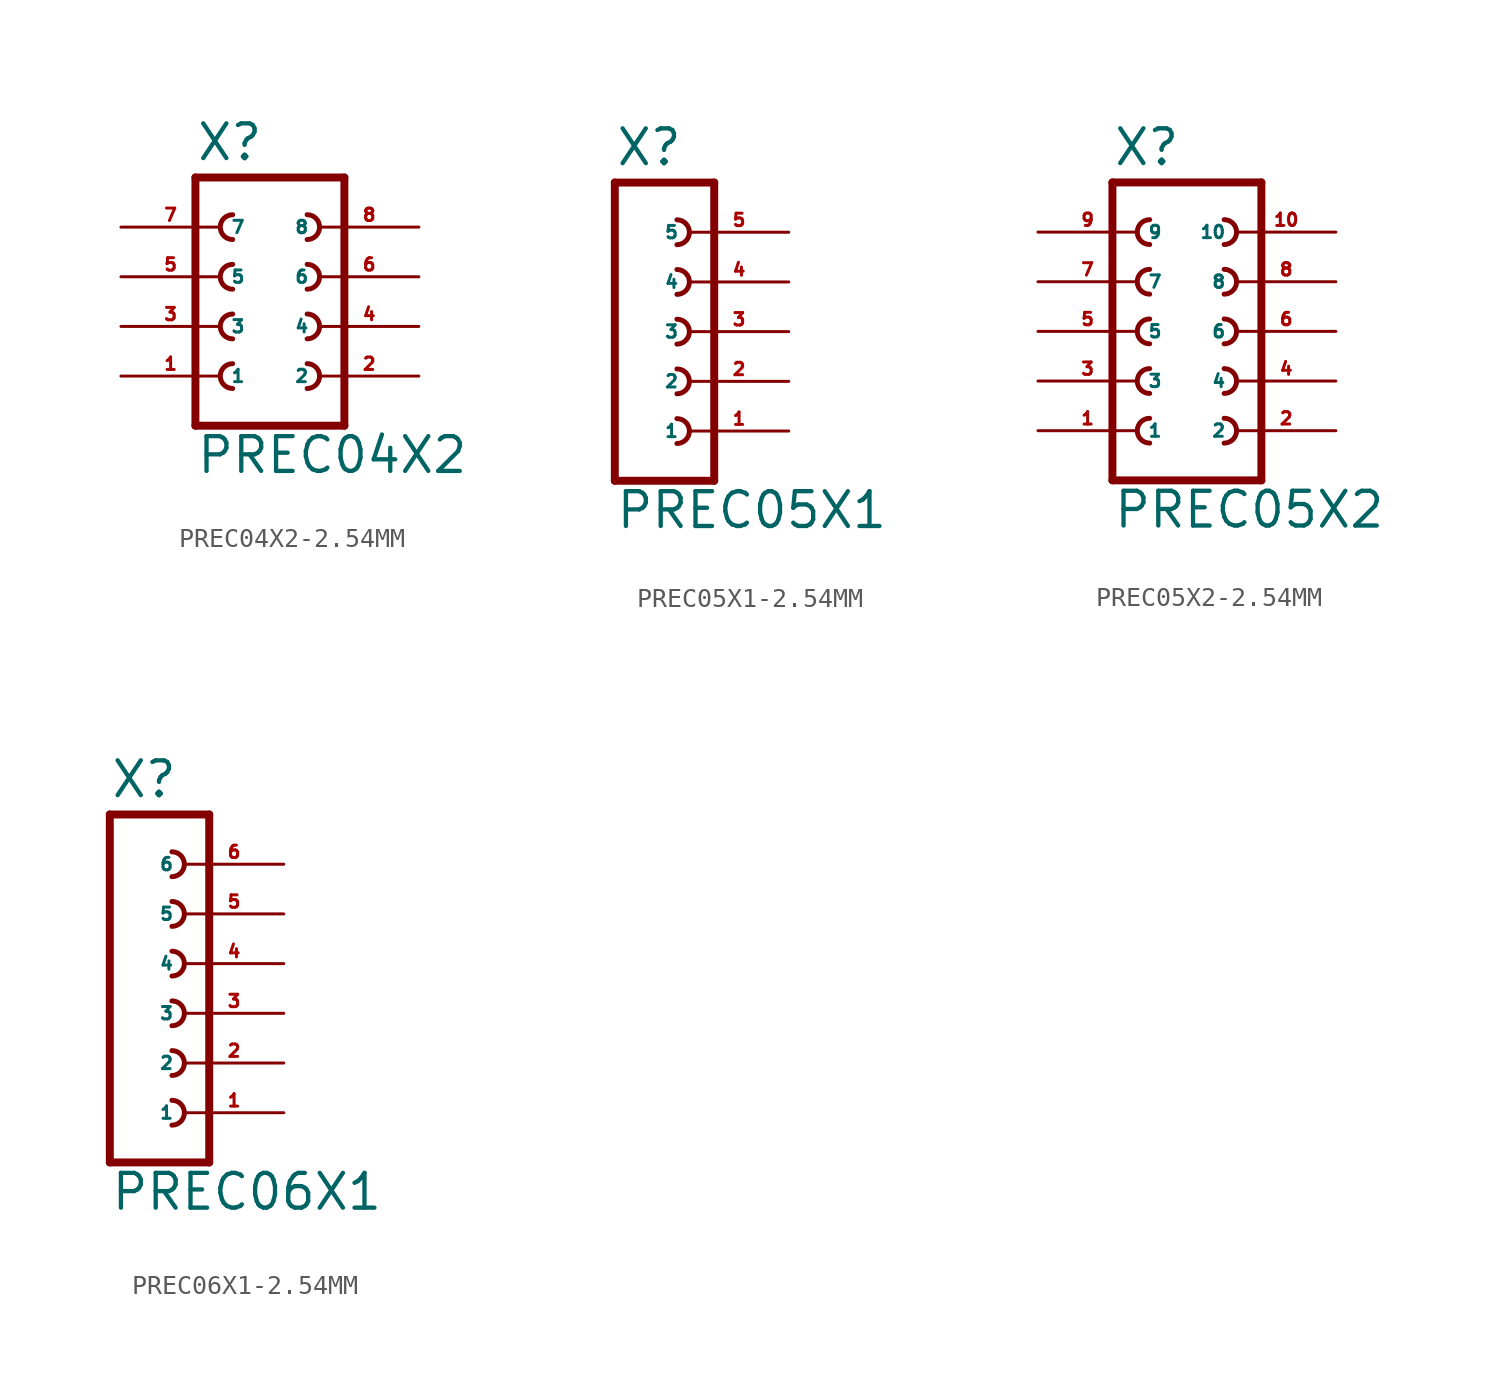
<source format=kicad_sym>
(kicad_symbol_lib
  (version 20220914)
  (generator Eagle2Kicad)
  (symbol "PREC04X2-2.54MM"
    (property "Reference" "X"
      (at -3.81 8.382 0)
      (effects (font (size 1.778 1.778) (thickness 0.22)) (justify left bottom)))
    (property "Value" "PREC04X2"
      (at -3.81 -7.62 0)
      (effects (font (size 1.778 1.778) (thickness 0.22)) (justify left bottom)))
    (polyline
      (pts (xy 3.81 -5.08) (xy -3.81 -5.08))
      (stroke (width 0.406) (type default))
      (fill (type none)))
    (arc
      (start -1.905 0.635)
      (mid -2.540 0.000)
      (end -1.905 -0.635)
      (stroke (width 0.254) (type default))
      (fill (type none)))
    (arc
      (start -1.905 -1.905)
      (mid -2.540 -2.540)
      (end -1.905 -3.175)
      (stroke (width 0.254) (type default))
      (fill (type none)))
    (arc
      (start 1.905 -0.635)
      (mid 2.540 0.000)
      (end 1.905 0.635)
      (stroke (width 0.254) (type default))
      (fill (type none)))
    (arc
      (start 1.905 -3.175)
      (mid 2.540 -2.540)
      (end 1.905 -1.905)
      (stroke (width 0.254) (type default))
      (fill (type none)))
    (arc
      (start -1.905 5.715)
      (mid -2.540 5.080)
      (end -1.905 4.445)
      (stroke (width 0.254) (type default))
      (fill (type none)))
    (arc
      (start -1.905 3.175)
      (mid -2.540 2.540)
      (end -1.905 1.905)
      (stroke (width 0.254) (type default))
      (fill (type none)))
    (arc
      (start 1.905 4.445)
      (mid 2.540 5.080)
      (end 1.905 5.715)
      (stroke (width 0.254) (type default))
      (fill (type none)))
    (arc
      (start 1.905 1.905)
      (mid 2.540 2.540)
      (end 1.905 3.175)
      (stroke (width 0.254) (type default))
      (fill (type none)))
    (polyline
      (pts (xy -3.81 7.62) (xy -3.81 -5.08))
      (stroke (width 0.406) (type default))
      (fill (type none)))
    (polyline
      (pts (xy 3.81 -5.08) (xy 3.81 7.62))
      (stroke (width 0.406) (type default))
      (fill (type none)))
    (polyline
      (pts (xy -3.81 7.62) (xy 3.81 7.62))
      (stroke (width 0.406) (type default))
      (fill (type none)))
    (pin passive line
      (at -7.62 -2.54 0)
      (length 5.08)
      (name "1" (effects (font (size 0.635 0.635) (thickness 0.08)) (justify left bottom)))
      (number "1" (effects (font (size 0.635 0.635) (thickness 0.08)) (justify left bottom))))
    (pin passive line
      (at 7.62 -2.54 180)
      (length 5.08)
      (name "2" (effects (font (size 0.635 0.635) (thickness 0.08)) (justify left bottom)))
      (number "2" (effects (font (size 0.635 0.635) (thickness 0.08)) (justify left bottom))))
    (pin passive line
      (at -7.62 0 0)
      (length 5.08)
      (name "3" (effects (font (size 0.635 0.635) (thickness 0.08)) (justify left bottom)))
      (number "3" (effects (font (size 0.635 0.635) (thickness 0.08)) (justify left bottom))))
    (pin passive line
      (at 7.62 0 180)
      (length 5.08)
      (name "4" (effects (font (size 0.635 0.635) (thickness 0.08)) (justify left bottom)))
      (number "4" (effects (font (size 0.635 0.635) (thickness 0.08)) (justify left bottom))))
    (pin passive line
      (at -7.62 2.54 0)
      (length 5.08)
      (name "5" (effects (font (size 0.635 0.635) (thickness 0.08)) (justify left bottom)))
      (number "5" (effects (font (size 0.635 0.635) (thickness 0.08)) (justify left bottom))))
    (pin passive line
      (at 7.62 2.54 180)
      (length 5.08)
      (name "6" (effects (font (size 0.635 0.635) (thickness 0.08)) (justify left bottom)))
      (number "6" (effects (font (size 0.635 0.635) (thickness 0.08)) (justify left bottom))))
    (pin passive line
      (at -7.62 5.08 0)
      (length 5.08)
      (name "7" (effects (font (size 0.635 0.635) (thickness 0.08)) (justify left bottom)))
      (number "7" (effects (font (size 0.635 0.635) (thickness 0.08)) (justify left bottom))))
    (pin passive line
      (at 7.62 5.08 180)
      (length 5.08)
      (name "8" (effects (font (size 0.635 0.635) (thickness 0.08)) (justify left bottom)))
      (number "8" (effects (font (size 0.635 0.635) (thickness 0.08)) (justify left bottom)))))
  (symbol "PREC05X1-2.54MM"
    (property "Reference" "X"
      (at -1.27 8.382 0)
      (effects (font (size 1.778 1.778) (thickness 0.22)) (justify left bottom)))
    (property "Value" "PREC05X1"
      (at -1.27 -10.16 0)
      (effects (font (size 1.778 1.778) (thickness 0.22)) (justify left bottom)))
    (polyline
      (pts (xy 3.81 -7.62) (xy -1.27 -7.62))
      (stroke (width 0.406) (type default))
      (fill (type none)))
    (arc
      (start 1.905 -0.635)
      (mid 2.540 0.000)
      (end 1.905 0.635)
      (stroke (width 0.254) (type default))
      (fill (type none)))
    (arc
      (start 1.905 -3.175)
      (mid 2.540 -2.540)
      (end 1.905 -1.905)
      (stroke (width 0.254) (type default))
      (fill (type none)))
    (arc
      (start 1.905 -5.715)
      (mid 2.540 -5.080)
      (end 1.905 -4.445)
      (stroke (width 0.254) (type default))
      (fill (type none)))
    (polyline
      (pts (xy -1.27 7.62) (xy -1.27 -7.62))
      (stroke (width 0.406) (type default))
      (fill (type none)))
    (polyline
      (pts (xy 3.81 -7.62) (xy 3.81 7.62))
      (stroke (width 0.406) (type default))
      (fill (type none)))
    (polyline
      (pts (xy -1.27 7.62) (xy 3.81 7.62))
      (stroke (width 0.406) (type default))
      (fill (type none)))
    (arc
      (start 1.905 4.445)
      (mid 2.540 5.080)
      (end 1.905 5.715)
      (stroke (width 0.254) (type default))
      (fill (type none)))
    (arc
      (start 1.905 1.905)
      (mid 2.540 2.540)
      (end 1.905 3.175)
      (stroke (width 0.254) (type default))
      (fill (type none)))
    (pin passive line
      (at 7.62 -5.08 180)
      (length 5.08)
      (name "1" (effects (font (size 0.635 0.635) (thickness 0.08)) (justify left bottom)))
      (number "1" (effects (font (size 0.635 0.635) (thickness 0.08)) (justify left bottom))))
    (pin passive line
      (at 7.62 -2.54 180)
      (length 5.08)
      (name "2" (effects (font (size 0.635 0.635) (thickness 0.08)) (justify left bottom)))
      (number "2" (effects (font (size 0.635 0.635) (thickness 0.08)) (justify left bottom))))
    (pin passive line
      (at 7.62 0 180)
      (length 5.08)
      (name "3" (effects (font (size 0.635 0.635) (thickness 0.08)) (justify left bottom)))
      (number "3" (effects (font (size 0.635 0.635) (thickness 0.08)) (justify left bottom))))
    (pin passive line
      (at 7.62 2.54 180)
      (length 5.08)
      (name "4" (effects (font (size 0.635 0.635) (thickness 0.08)) (justify left bottom)))
      (number "4" (effects (font (size 0.635 0.635) (thickness 0.08)) (justify left bottom))))
    (pin passive line
      (at 7.62 5.08 180)
      (length 5.08)
      (name "5" (effects (font (size 0.635 0.635) (thickness 0.08)) (justify left bottom)))
      (number "5" (effects (font (size 0.635 0.635) (thickness 0.08)) (justify left bottom)))))
  (symbol "PREC05X2-2.54MM"
    (property "Reference" "X"
      (at -3.81 8.382 0)
      (effects (font (size 1.778 1.778) (thickness 0.22)) (justify left bottom)))
    (property "Value" "PREC05X2"
      (at -3.81 -10.16 0)
      (effects (font (size 1.778 1.778) (thickness 0.22)) (justify left bottom)))
    (polyline
      (pts (xy 3.81 -7.62) (xy -3.81 -7.62))
      (stroke (width 0.406) (type default))
      (fill (type none)))
    (arc
      (start -1.905 0.635)
      (mid -2.540 0.000)
      (end -1.905 -0.635)
      (stroke (width 0.254) (type default))
      (fill (type none)))
    (arc
      (start -1.905 -1.905)
      (mid -2.540 -2.540)
      (end -1.905 -3.175)
      (stroke (width 0.254) (type default))
      (fill (type none)))
    (arc
      (start -1.905 -4.445)
      (mid -2.540 -5.080)
      (end -1.905 -5.715)
      (stroke (width 0.254) (type default))
      (fill (type none)))
    (arc
      (start 1.905 -0.635)
      (mid 2.540 0.000)
      (end 1.905 0.635)
      (stroke (width 0.254) (type default))
      (fill (type none)))
    (arc
      (start 1.905 -3.175)
      (mid 2.540 -2.540)
      (end 1.905 -1.905)
      (stroke (width 0.254) (type default))
      (fill (type none)))
    (arc
      (start 1.905 -5.715)
      (mid 2.540 -5.080)
      (end 1.905 -4.445)
      (stroke (width 0.254) (type default))
      (fill (type none)))
    (polyline
      (pts (xy -3.81 7.62) (xy -3.81 -7.62))
      (stroke (width 0.406) (type default))
      (fill (type none)))
    (polyline
      (pts (xy 3.81 -7.62) (xy 3.81 7.62))
      (stroke (width 0.406) (type default))
      (fill (type none)))
    (polyline
      (pts (xy -3.81 7.62) (xy 3.81 7.62))
      (stroke (width 0.406) (type default))
      (fill (type none)))
    (arc
      (start -1.905 5.715)
      (mid -2.540 5.080)
      (end -1.905 4.445)
      (stroke (width 0.254) (type default))
      (fill (type none)))
    (arc
      (start -1.905 3.175)
      (mid -2.540 2.540)
      (end -1.905 1.905)
      (stroke (width 0.254) (type default))
      (fill (type none)))
    (arc
      (start 1.905 4.445)
      (mid 2.540 5.080)
      (end 1.905 5.715)
      (stroke (width 0.254) (type default))
      (fill (type none)))
    (arc
      (start 1.905 1.905)
      (mid 2.540 2.540)
      (end 1.905 3.175)
      (stroke (width 0.254) (type default))
      (fill (type none)))
    (pin passive line
      (at -7.62 -5.08 0)
      (length 5.08)
      (name "1" (effects (font (size 0.635 0.635) (thickness 0.08)) (justify left bottom)))
      (number "1" (effects (font (size 0.635 0.635) (thickness 0.08)) (justify left bottom))))
    (pin passive line
      (at -7.62 -2.54 0)
      (length 5.08)
      (name "3" (effects (font (size 0.635 0.635) (thickness 0.08)) (justify left bottom)))
      (number "3" (effects (font (size 0.635 0.635) (thickness 0.08)) (justify left bottom))))
    (pin passive line
      (at -7.62 0 0)
      (length 5.08)
      (name "5" (effects (font (size 0.635 0.635) (thickness 0.08)) (justify left bottom)))
      (number "5" (effects (font (size 0.635 0.635) (thickness 0.08)) (justify left bottom))))
    (pin passive line
      (at 7.62 -5.08 180)
      (length 5.08)
      (name "2" (effects (font (size 0.635 0.635) (thickness 0.08)) (justify left bottom)))
      (number "2" (effects (font (size 0.635 0.635) (thickness 0.08)) (justify left bottom))))
    (pin passive line
      (at 7.62 -2.54 180)
      (length 5.08)
      (name "4" (effects (font (size 0.635 0.635) (thickness 0.08)) (justify left bottom)))
      (number "4" (effects (font (size 0.635 0.635) (thickness 0.08)) (justify left bottom))))
    (pin passive line
      (at 7.62 0 180)
      (length 5.08)
      (name "6" (effects (font (size 0.635 0.635) (thickness 0.08)) (justify left bottom)))
      (number "6" (effects (font (size 0.635 0.635) (thickness 0.08)) (justify left bottom))))
    (pin passive line
      (at -7.62 2.54 0)
      (length 5.08)
      (name "7" (effects (font (size 0.635 0.635) (thickness 0.08)) (justify left bottom)))
      (number "7" (effects (font (size 0.635 0.635) (thickness 0.08)) (justify left bottom))))
    (pin passive line
      (at -7.62 5.08 0)
      (length 5.08)
      (name "9" (effects (font (size 0.635 0.635) (thickness 0.08)) (justify left bottom)))
      (number "9" (effects (font (size 0.635 0.635) (thickness 0.08)) (justify left bottom))))
    (pin passive line
      (at 7.62 2.54 180)
      (length 5.08)
      (name "8" (effects (font (size 0.635 0.635) (thickness 0.08)) (justify left bottom)))
      (number "8" (effects (font (size 0.635 0.635) (thickness 0.08)) (justify left bottom))))
    (pin passive line
      (at 7.62 5.08 180)
      (length 5.08)
      (name "10" (effects (font (size 0.635 0.635) (thickness 0.08)) (justify left bottom)))
      (number "10" (effects (font (size 0.635 0.635) (thickness 0.08)) (justify left bottom)))))
  (symbol "PREC06X1-2.54MM"
    (property "Reference" "X"
      (at -1.27 10.922 0)
      (effects (font (size 1.778 1.778) (thickness 0.22)) (justify left bottom)))
    (property "Value" "PREC06X1"
      (at -1.27 -10.16 0)
      (effects (font (size 1.778 1.778) (thickness 0.22)) (justify left bottom)))
    (polyline
      (pts (xy 3.81 -7.62) (xy -1.27 -7.62))
      (stroke (width 0.406) (type default))
      (fill (type none)))
    (arc
      (start 1.905 -0.635)
      (mid 2.540 0.000)
      (end 1.905 0.635)
      (stroke (width 0.254) (type default))
      (fill (type none)))
    (arc
      (start 1.905 -3.175)
      (mid 2.540 -2.540)
      (end 1.905 -1.905)
      (stroke (width 0.254) (type default))
      (fill (type none)))
    (arc
      (start 1.905 -5.715)
      (mid 2.540 -5.080)
      (end 1.905 -4.445)
      (stroke (width 0.254) (type default))
      (fill (type none)))
    (polyline
      (pts (xy -1.27 10.16) (xy -1.27 -7.62))
      (stroke (width 0.406) (type default))
      (fill (type none)))
    (polyline
      (pts (xy 3.81 -7.62) (xy 3.81 10.16))
      (stroke (width 0.406) (type default))
      (fill (type none)))
    (polyline
      (pts (xy -1.27 10.16) (xy 3.81 10.16))
      (stroke (width 0.406) (type default))
      (fill (type none)))
    (arc
      (start 1.905 4.445)
      (mid 2.540 5.080)
      (end 1.905 5.715)
      (stroke (width 0.254) (type default))
      (fill (type none)))
    (arc
      (start 1.905 1.905)
      (mid 2.540 2.540)
      (end 1.905 3.175)
      (stroke (width 0.254) (type default))
      (fill (type none)))
    (arc
      (start 1.905 6.985)
      (mid 2.540 7.620)
      (end 1.905 8.255)
      (stroke (width 0.254) (type default))
      (fill (type none)))
    (pin passive line
      (at 7.62 -5.08 180)
      (length 5.08)
      (name "1" (effects (font (size 0.635 0.635) (thickness 0.08)) (justify left bottom)))
      (number "1" (effects (font (size 0.635 0.635) (thickness 0.08)) (justify left bottom))))
    (pin passive line
      (at 7.62 -2.54 180)
      (length 5.08)
      (name "2" (effects (font (size 0.635 0.635) (thickness 0.08)) (justify left bottom)))
      (number "2" (effects (font (size 0.635 0.635) (thickness 0.08)) (justify left bottom))))
    (pin passive line
      (at 7.62 0 180)
      (length 5.08)
      (name "3" (effects (font (size 0.635 0.635) (thickness 0.08)) (justify left bottom)))
      (number "3" (effects (font (size 0.635 0.635) (thickness 0.08)) (justify left bottom))))
    (pin passive line
      (at 7.62 2.54 180)
      (length 5.08)
      (name "4" (effects (font (size 0.635 0.635) (thickness 0.08)) (justify left bottom)))
      (number "4" (effects (font (size 0.635 0.635) (thickness 0.08)) (justify left bottom))))
    (pin passive line
      (at 7.62 5.08 180)
      (length 5.08)
      (name "5" (effects (font (size 0.635 0.635) (thickness 0.08)) (justify left bottom)))
      (number "5" (effects (font (size 0.635 0.635) (thickness 0.08)) (justify left bottom))))
    (pin passive line
      (at 7.62 7.62 180)
      (length 5.08)
      (name "6" (effects (font (size 0.635 0.635) (thickness 0.08)) (justify left bottom)))
      (number "6" (effects (font (size 0.635 0.635) (thickness 0.08)) (justify left bottom))))))
</source>
